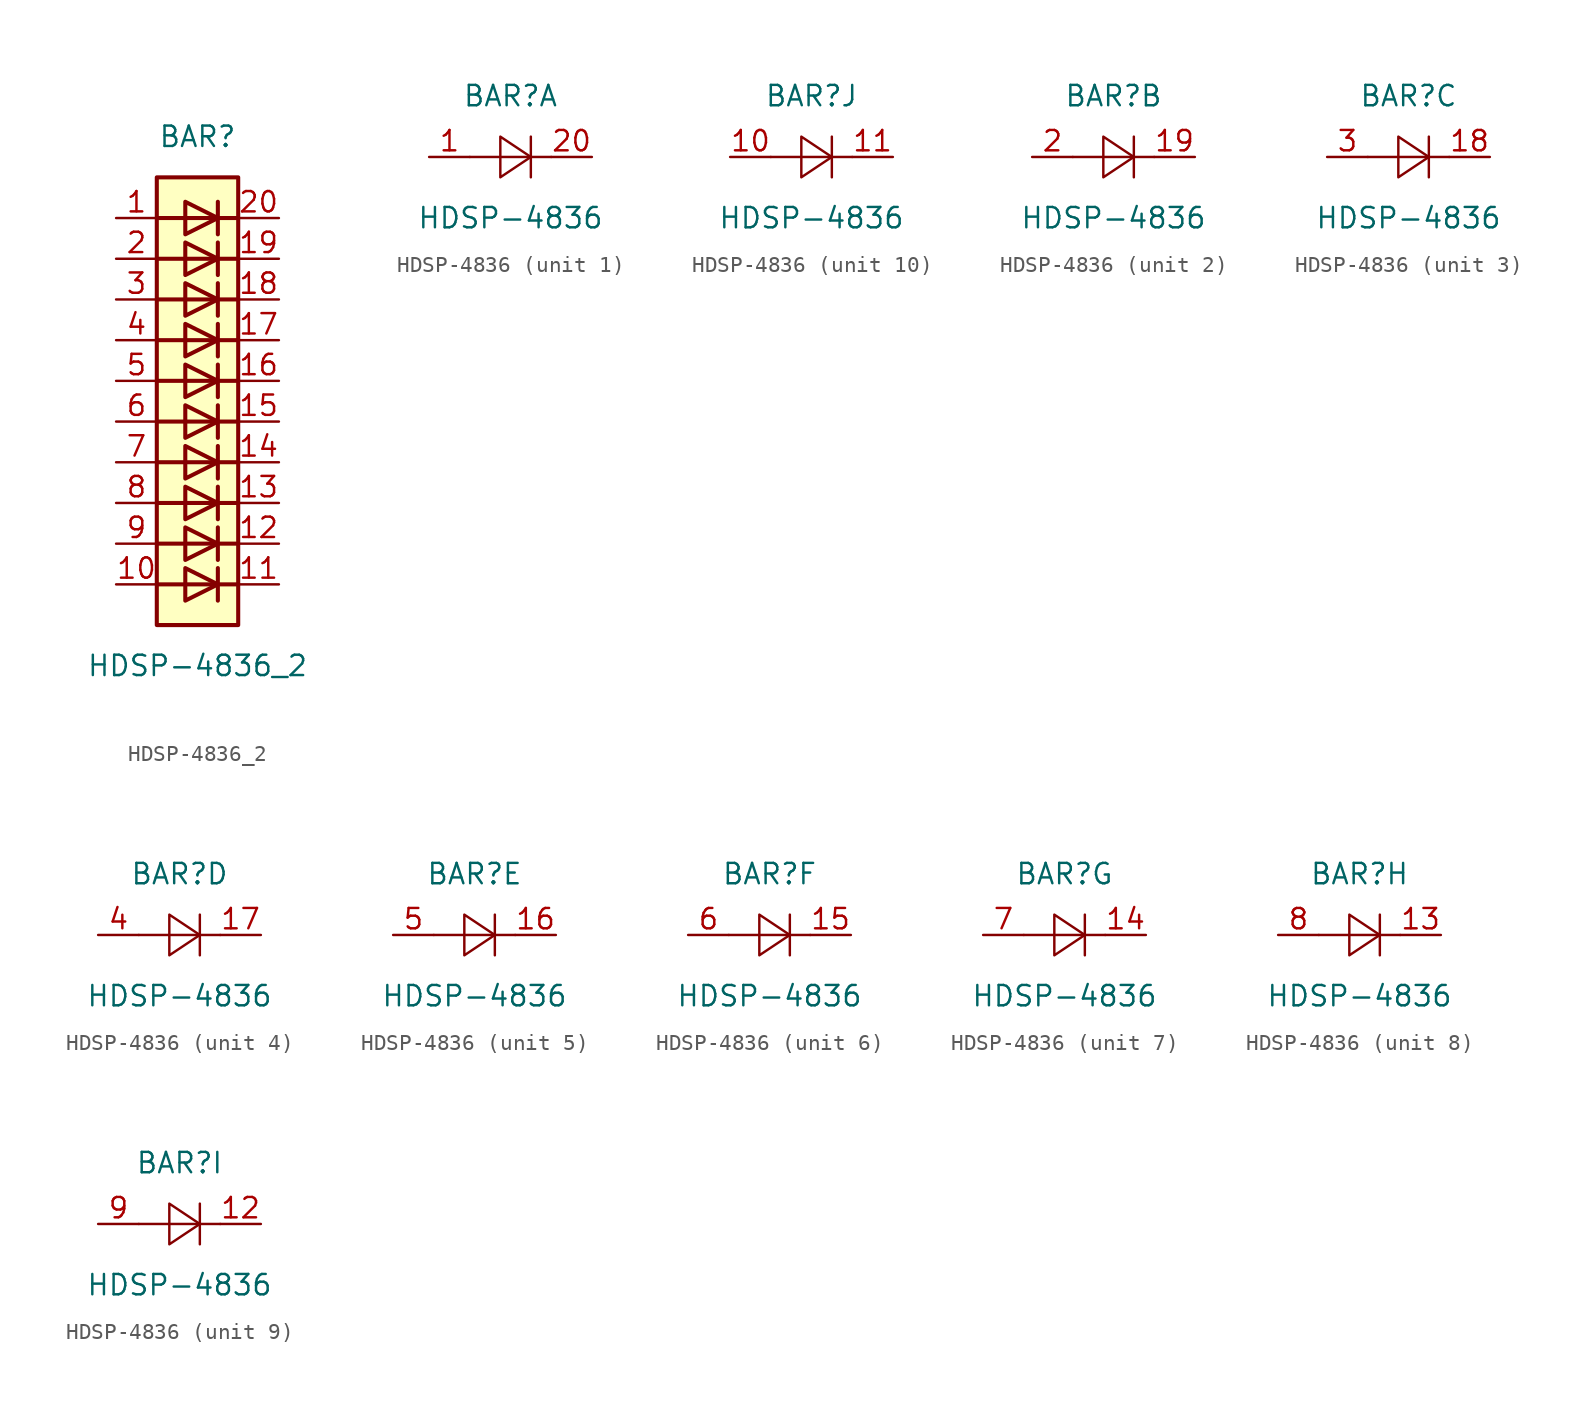
<source format=kicad_sym>
(kicad_symbol_lib
  (version 20211014)
  (generator kicad_symbol_editor)
  (symbol "HDSP-4836_2"
    (pin_names
      (offset 1.016) hide)
    (property "Reference" "BAR"
      (at 0 15.24 0)
      (effects (font (size 1.27 1.27))))
    (property "Value" "HDSP-4836_2"
      (at 0 -17.78 0)
      (effects (font (size 1.27 1.27))))
    (symbol "HDSP-4836_2_0_1"
      (rectangle (start -2.54 12.7) (end 2.54 -15.24) (stroke (width 0.254) (type default) (color 0 0 0 0)) (fill (type background)))
      (polyline (pts (xy -2.54 -12.7) (xy 2.54 -12.7)) (stroke (width 0.254) (type default) (color 0 0 0 0)) (fill (type none)))
      (polyline (pts (xy -2.54 -10.16) (xy 2.54 -10.16)) (stroke (width 0.254) (type default) (color 0 0 0 0)) (fill (type none)))
      (polyline (pts (xy -2.54 -7.62) (xy 2.54 -7.62)) (stroke (width 0.254) (type default) (color 0 0 0 0)) (fill (type none)))
      (polyline (pts (xy -2.54 -5.08) (xy 2.54 -5.08)) (stroke (width 0.254) (type default) (color 0 0 0 0)) (fill (type none)))
      (polyline (pts (xy -2.54 0) (xy 2.54 0)) (stroke (width 0.254) (type default) (color 0 0 0 0)) (fill (type none)))
      (polyline (pts (xy -2.54 5.08) (xy 2.54 5.08)) (stroke (width 0.254) (type default) (color 0 0 0 0)) (fill (type none)))
      (polyline (pts (xy -2.54 7.62) (xy 2.54 7.62)) (stroke (width 0.254) (type default) (color 0 0 0 0)) (fill (type none)))
      (polyline (pts (xy -2.54 10.16) (xy 2.54 10.16)) (stroke (width 0.254) (type default) (color 0 0 0 0)) (fill (type none)))
      (polyline (pts (xy 1.27 -11.684) (xy 1.27 -13.716)) (stroke (width 0.254) (type default) (color 0 0 0 0)) (fill (type none)))
      (polyline (pts (xy 1.27 -9.144) (xy 1.27 -11.176)) (stroke (width 0.254) (type default) (color 0 0 0 0)) (fill (type none)))
      (polyline (pts (xy 1.27 -6.604) (xy 1.27 -8.636)) (stroke (width 0.254) (type default) (color 0 0 0 0)) (fill (type none)))
      (polyline (pts (xy 1.27 -4.064) (xy 1.27 -6.096)) (stroke (width 0.254) (type default) (color 0 0 0 0)) (fill (type none)))
      (polyline (pts (xy 1.27 -1.524) (xy 1.27 -3.556)) (stroke (width 0.254) (type default) (color 0 0 0 0)) (fill (type none)))
      (polyline (pts (xy 1.27 1.016) (xy 1.27 -1.016)) (stroke (width 0.254) (type default) (color 0 0 0 0)) (fill (type none)))
      (polyline (pts (xy 1.27 3.556) (xy 1.27 1.524)) (stroke (width 0.254) (type default) (color 0 0 0 0)) (fill (type none)))
      (polyline (pts (xy 1.27 6.096) (xy 1.27 4.064)) (stroke (width 0.254) (type default) (color 0 0 0 0)) (fill (type none)))
      (polyline (pts (xy 1.27 8.636) (xy 1.27 6.604)) (stroke (width 0.254) (type default) (color 0 0 0 0)) (fill (type none)))
      (polyline (pts (xy 1.27 11.176) (xy 1.27 9.144)) (stroke (width 0.254) (type default) (color 0 0 0 0)) (fill (type none)))
      (polyline (pts (xy 2.54 -2.54) (xy -2.54 -2.54)) (stroke (width 0.254) (type default) (color 0 0 0 0)) (fill (type none)))
      (polyline (pts (xy 2.54 2.54) (xy -2.54 2.54)) (stroke (width 0.254) (type default) (color 0 0 0 0)) (fill (type none)))
      (polyline (pts (xy -0.762 -11.684) (xy -0.762 -13.716) (xy 1.27 -12.7) (xy -0.762 -11.684)) (stroke (width 0.254) (type default) (color 0 0 0 0)) (fill (type none)))
      (polyline (pts (xy -0.762 -9.144) (xy -0.762 -11.176) (xy 1.27 -10.16) (xy -0.762 -9.144)) (stroke (width 0.254) (type default) (color 0 0 0 0)) (fill (type none)))
      (polyline (pts (xy -0.762 -6.604) (xy -0.762 -8.636) (xy 1.27 -7.62) (xy -0.762 -6.604)) (stroke (width 0.254) (type default) (color 0 0 0 0)) (fill (type none)))
      (polyline (pts (xy -0.762 -4.064) (xy -0.762 -6.096) (xy 1.27 -5.08) (xy -0.762 -4.064)) (stroke (width 0.254) (type default) (color 0 0 0 0)) (fill (type none)))
      (polyline (pts (xy -0.762 -1.524) (xy -0.762 -3.556) (xy 1.27 -2.54) (xy -0.762 -1.524)) (stroke (width 0.254) (type default) (color 0 0 0 0)) (fill (type none)))
      (polyline (pts (xy -0.762 1.016) (xy -0.762 -1.016) (xy 1.27 0) (xy -0.762 1.016)) (stroke (width 0.254) (type default) (color 0 0 0 0)) (fill (type none)))
      (polyline (pts (xy -0.762 3.556) (xy -0.762 1.524) (xy 1.27 2.54) (xy -0.762 3.556)) (stroke (width 0.254) (type default) (color 0 0 0 0)) (fill (type none)))
      (polyline (pts (xy -0.762 6.096) (xy -0.762 4.064) (xy 1.27 5.08) (xy -0.762 6.096)) (stroke (width 0.254) (type default) (color 0 0 0 0)) (fill (type none)))
      (polyline (pts (xy -0.762 8.636) (xy -0.762 6.604) (xy 1.27 7.62) (xy -0.762 8.636)) (stroke (width 0.254) (type default) (color 0 0 0 0)) (fill (type none)))
      (polyline (pts (xy -0.762 11.176) (xy -0.762 9.144) (xy 1.27 10.16) (xy -0.762 11.176)) (stroke (width 0.254) (type default) (color 0 0 0 0)) (fill (type none))))
    (symbol "HDSP-4836_2_1_1"
      (pin passive line (at -5.08 10.16 0) (length 2.54) (name "A" (effects (font (size 1.27 1.27)))) (number "1" (effects (font (size 1.27 1.27)))))
      (pin passive line (at -5.08 -12.7 0) (length 2.54) (name "A" (effects (font (size 1.27 1.27)))) (number "10" (effects (font (size 1.27 1.27)))))
      (pin passive line (at 5.08 -12.7 180) (length 2.54) (name "K" (effects (font (size 1.27 1.27)))) (number "11" (effects (font (size 1.27 1.27)))))
      (pin passive line (at 5.08 -10.16 180) (length 2.54) (name "K" (effects (font (size 1.27 1.27)))) (number "12" (effects (font (size 1.27 1.27)))))
      (pin passive line (at 5.08 -7.62 180) (length 2.54) (name "K" (effects (font (size 1.27 1.27)))) (number "13" (effects (font (size 1.27 1.27)))))
      (pin passive line (at 5.08 -5.08 180) (length 2.54) (name "K" (effects (font (size 1.27 1.27)))) (number "14" (effects (font (size 1.27 1.27)))))
      (pin passive line (at 5.08 -2.54 180) (length 2.54) (name "K" (effects (font (size 1.27 1.27)))) (number "15" (effects (font (size 1.27 1.27)))))
      (pin passive line (at 5.08 0 180) (length 2.54) (name "K" (effects (font (size 1.27 1.27)))) (number "16" (effects (font (size 1.27 1.27)))))
      (pin passive line (at 5.08 2.54 180) (length 2.54) (name "K" (effects (font (size 1.27 1.27)))) (number "17" (effects (font (size 1.27 1.27)))))
      (pin passive line (at 5.08 5.08 180) (length 2.54) (name "K" (effects (font (size 1.27 1.27)))) (number "18" (effects (font (size 1.27 1.27)))))
      (pin passive line (at 5.08 7.62 180) (length 2.54) (name "K" (effects (font (size 1.27 1.27)))) (number "19" (effects (font (size 1.27 1.27)))))
      (pin passive line (at -5.08 7.62 0) (length 2.54) (name "A" (effects (font (size 1.27 1.27)))) (number "2" (effects (font (size 1.27 1.27)))))
      (pin passive line (at 5.08 10.16 180) (length 2.54) (name "K" (effects (font (size 1.27 1.27)))) (number "20" (effects (font (size 1.27 1.27)))))
      (pin passive line (at -5.08 5.08 0) (length 2.54) (name "A" (effects (font (size 1.27 1.27)))) (number "3" (effects (font (size 1.27 1.27)))))
      (pin passive line (at -5.08 2.54 0) (length 2.54) (name "A" (effects (font (size 1.27 1.27)))) (number "4" (effects (font (size 1.27 1.27)))))
      (pin passive line (at -5.08 0 0) (length 2.54) (name "A" (effects (font (size 1.27 1.27)))) (number "5" (effects (font (size 1.27 1.27)))))
      (pin passive line (at -5.08 -2.54 0) (length 2.54) (name "A" (effects (font (size 1.27 1.27)))) (number "6" (effects (font (size 1.27 1.27)))))
      (pin passive line (at -5.08 -5.08 0) (length 2.54) (name "A" (effects (font (size 1.27 1.27)))) (number "7" (effects (font (size 1.27 1.27)))))
      (pin passive line (at -5.08 -7.62 0) (length 2.54) (name "A" (effects (font (size 1.27 1.27)))) (number "8" (effects (font (size 1.27 1.27)))))
      (pin passive line (at -5.08 -10.16 0) (length 2.54) (name "A" (effects (font (size 1.27 1.27)))) (number "9" (effects (font (size 1.27 1.27)))))))
  (symbol "HDSP-4836"
    (pin_names
      (offset 1.016) hide)
    (property "Reference" "BAR"
      (at 0 3.81 0)
      (effects (font (size 1.27 1.27))))
    (property "Value" "HDSP-4836"
      (at 0 -3.81 0)
      (effects (font (size 1.27 1.27))))
    (symbol "HDSP-4836_0_1"
      (polyline (pts (xy 1.27 -1.27) (xy 1.27 1.27)) (stroke (width 0) (type default) (color 0 0 0 0)) (fill (type none)))
      (polyline (pts (xy 2.54 0) (xy -2.54 0)) (stroke (width 0) (type default) (color 0 0 0 0)) (fill (type none)))
      (polyline (pts (xy -0.635 1.27) (xy -0.635 -1.27) (xy 1.27 0) (xy -0.635 1.27)) (stroke (width 0) (type default) (color 0 0 0 0)) (fill (type none))))
    (symbol "HDSP-4836_1_1"
      (pin passive line (at -5.08 0 0) (length 2.54) (name "A" (effects (font (size 1.27 1.27)))) (number "1" (effects (font (size 1.27 1.27)))))
      (pin passive line (at 5.08 0 180) (length 2.54) (name "K" (effects (font (size 1.27 1.27)))) (number "20" (effects (font (size 1.27 1.27))))))
    (symbol "HDSP-4836_2_1"
      (pin passive line (at 5.08 0 180) (length 2.54) (name "K" (effects (font (size 1.27 1.27)))) (number "19" (effects (font (size 1.27 1.27)))))
      (pin passive line (at -5.08 0 0) (length 2.54) (name "A" (effects (font (size 1.27 1.27)))) (number "2" (effects (font (size 1.27 1.27))))))
    (symbol "HDSP-4836_3_1"
      (pin passive line (at 5.08 0 180) (length 2.54) (name "K" (effects (font (size 1.27 1.27)))) (number "18" (effects (font (size 1.27 1.27)))))
      (pin passive line (at -5.08 0 0) (length 2.54) (name "A" (effects (font (size 1.27 1.27)))) (number "3" (effects (font (size 1.27 1.27))))))
    (symbol "HDSP-4836_4_1"
      (pin passive line (at 5.08 0 180) (length 2.54) (name "K" (effects (font (size 1.27 1.27)))) (number "17" (effects (font (size 1.27 1.27)))))
      (pin passive line (at -5.08 0 0) (length 2.54) (name "A" (effects (font (size 1.27 1.27)))) (number "4" (effects (font (size 1.27 1.27))))))
    (symbol "HDSP-4836_5_1"
      (pin passive line (at 5.08 0 180) (length 2.54) (name "K" (effects (font (size 1.27 1.27)))) (number "16" (effects (font (size 1.27 1.27)))))
      (pin passive line (at -5.08 0 0) (length 2.54) (name "A" (effects (font (size 1.27 1.27)))) (number "5" (effects (font (size 1.27 1.27))))))
    (symbol "HDSP-4836_6_1"
      (pin passive line (at 5.08 0 180) (length 2.54) (name "K" (effects (font (size 1.27 1.27)))) (number "15" (effects (font (size 1.27 1.27)))))
      (pin passive line (at -5.08 0 0) (length 2.54) (name "A" (effects (font (size 1.27 1.27)))) (number "6" (effects (font (size 1.27 1.27))))))
    (symbol "HDSP-4836_7_1"
      (pin passive line (at 5.08 0 180) (length 2.54) (name "K" (effects (font (size 1.27 1.27)))) (number "14" (effects (font (size 1.27 1.27)))))
      (pin passive line (at -5.08 0 0) (length 2.54) (name "A" (effects (font (size 1.27 1.27)))) (number "7" (effects (font (size 1.27 1.27))))))
    (symbol "HDSP-4836_8_1"
      (pin passive line (at 5.08 0 180) (length 2.54) (name "K" (effects (font (size 1.27 1.27)))) (number "13" (effects (font (size 1.27 1.27)))))
      (pin passive line (at -5.08 0 0) (length 2.54) (name "A" (effects (font (size 1.27 1.27)))) (number "8" (effects (font (size 1.27 1.27))))))
    (symbol "HDSP-4836_9_1"
      (pin passive line (at 5.08 0 180) (length 2.54) (name "K" (effects (font (size 1.27 1.27)))) (number "12" (effects (font (size 1.27 1.27)))))
      (pin passive line (at -5.08 0 0) (length 2.54) (name "A" (effects (font (size 1.27 1.27)))) (number "9" (effects (font (size 1.27 1.27))))))
    (symbol "HDSP-4836_10_1"
      (pin passive line (at -5.08 0 0) (length 2.54) (name "A" (effects (font (size 1.27 1.27)))) (number "10" (effects (font (size 1.27 1.27)))))
      (pin passive line (at 5.08 0 180) (length 2.54) (name "K" (effects (font (size 1.27 1.27)))) (number "11" (effects (font (size 1.27 1.27))))))))
</source>
